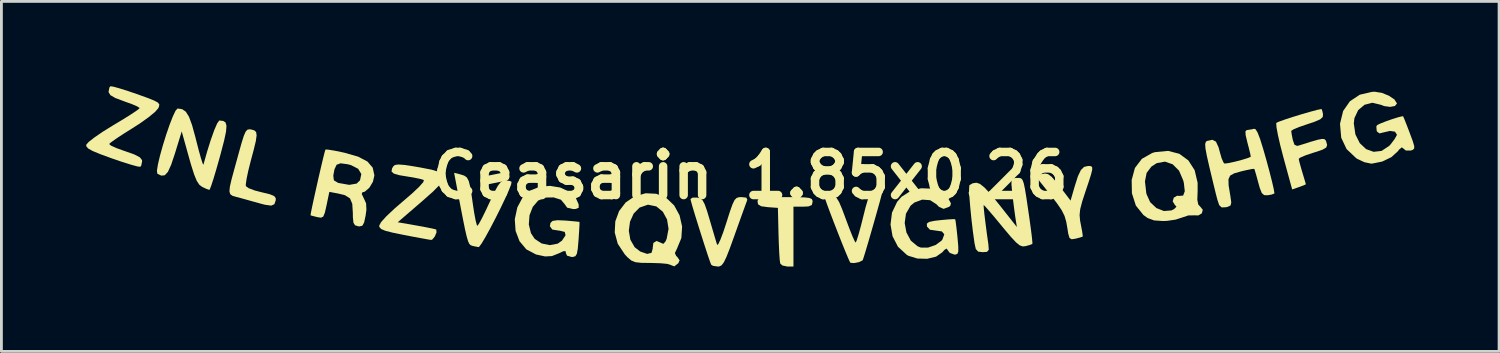
<source format=kicad_pcb>
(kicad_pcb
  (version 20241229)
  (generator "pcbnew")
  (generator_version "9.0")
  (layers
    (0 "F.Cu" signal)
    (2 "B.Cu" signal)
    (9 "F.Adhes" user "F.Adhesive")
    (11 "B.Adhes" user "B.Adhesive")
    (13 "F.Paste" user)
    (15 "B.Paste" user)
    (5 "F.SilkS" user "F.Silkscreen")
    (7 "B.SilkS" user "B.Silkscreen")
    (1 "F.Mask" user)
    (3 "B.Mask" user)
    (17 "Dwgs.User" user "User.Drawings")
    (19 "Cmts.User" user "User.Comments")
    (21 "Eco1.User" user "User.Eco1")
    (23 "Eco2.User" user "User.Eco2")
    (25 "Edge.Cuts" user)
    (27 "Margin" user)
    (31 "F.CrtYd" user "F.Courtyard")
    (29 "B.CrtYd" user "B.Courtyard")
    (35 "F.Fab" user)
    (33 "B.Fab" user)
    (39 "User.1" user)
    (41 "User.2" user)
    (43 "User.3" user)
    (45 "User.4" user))
  (footprint "Ceasarin 1.85x0.26"
    (layer "F.Cu")
    (at 23.48 3.157)
    (property "Reference" "Ceasarin 1.85x0.26" (at 0 0 0) (layer "F.SilkS") (effects (font (size 1.524 1.524) (thickness 0.3))))
    (attr board_only exclude_from_pos_files exclude_from_bom)
    (fp_poly (pts (xy 1.646 0.764) (xy 1.924 0.773) (xy 2.089 0.793) (xy 2.172 0.831) (xy 2.199 0.89) (xy 2.201 0.931) (xy 2.173 1.042) (xy 2.058 1.091) (xy 1.863 1.101) (xy 1.524 1.101) (xy 1.524 3.217) (xy 1.31 3.217) (xy 1.134 3.18) (xy 1.057 3.111) (xy 1.039 2.988) (xy 1.021 2.734) (xy 1.006 2.39) (xy 0.996 2.074) (xy 0.974 1.143) (xy 0.614 1.117) (xy 0.381 1.085) (xy 0.275 1.019) (xy 0.254 0.926) (xy 0.265 0.856) (xy 0.319 0.809) (xy 0.442 0.781) (xy 0.665 0.767) (xy 1.015 0.762) (xy 1.228 0.762)) (stroke (width 0) (type solid)) (fill yes) (layer "F.SilkS"))
    (fp_poly (pts (xy -17.646 -1.628) (xy -17.537 -1.597) (xy -17.474 -1.537) (xy -17.457 -1.42) (xy -17.485 -1.218) (xy -17.561 -0.904) (xy -17.66 -0.534) (xy -17.749 -0.181) (xy -17.812 0.117) (xy -17.84 0.318) (xy -17.837 0.374) (xy -17.738 0.447) (xy -17.522 0.528) (xy -17.275 0.592) (xy -16.989 0.661) (xy -16.835 0.725) (xy -16.78 0.804) (xy -16.781 0.874) (xy -16.829 1.013) (xy -16.941 1.063) (xy -17.157 1.033) (xy -17.272 1.004) (xy -17.53 0.933) (xy -17.855 0.842) (xy -18.021 0.796) (xy -18.192 0.751) (xy -18.315 0.714) (xy -18.39 0.657) (xy -18.418 0.558) (xy -18.402 0.391) (xy -18.342 0.131) (xy -18.24 -0.245) (xy -18.107 -0.728) (xy -17.995 -1.131) (xy -17.912 -1.397) (xy -17.845 -1.552) (xy -17.78 -1.623) (xy -17.703 -1.636)) (stroke (width 0) (type solid)) (fill yes) (layer "F.SilkS"))
    (fp_poly (pts (xy 12.036 -0.334) (xy 12.084 -0.301) (xy 12.088 -0.212) (xy 12.046 -0.039) (xy 11.956 0.245) (xy 11.851 0.556) (xy 11.73 0.927) (xy 11.662 1.191) (xy 11.641 1.396) (xy 11.658 1.592) (xy 11.684 1.727) (xy 11.73 1.967) (xy 11.752 2.126) (xy 11.749 2.159) (xy 11.659 2.19) (xy 11.499 2.232) (xy 11.36 2.253) (xy 11.284 2.206) (xy 11.239 2.053) (xy 11.213 1.884) (xy 11.169 1.633) (xy 11.109 1.428) (xy 11.009 1.227) (xy 10.848 0.99) (xy 10.605 0.674) (xy 10.525 0.574) (xy 10.071 0.004) (xy 10.3 -0.053) (xy 10.422 -0.073) (xy 10.53 -0.048) (xy 10.651 0.044) (xy 10.812 0.224) (xy 11.039 0.515) (xy 11.101 0.595) (xy 11.322 0.886) (xy 11.469 0.379) (xy 11.583 0.022) (xy 11.688 -0.197) (xy 11.802 -0.307) (xy 11.945 -0.339) (xy 11.948 -0.339)) (stroke (width 0) (type solid)) (fill yes) (layer "F.SilkS"))
    (fp_poly (pts (xy -10.254 -0.042) (xy -10.12 0.000355) (xy -10.025 0.067) (xy -9.958 0.19) (xy -9.904 0.401) (xy -9.851 0.731) (xy -9.815 0.985) (xy -9.763 1.327) (xy -9.712 1.595) (xy -9.67 1.752) (xy -9.652 1.778) (xy -9.597 1.706) (xy -9.491 1.511) (xy -9.35 1.225) (xy -9.233 0.974) (xy -9.058 0.602) (xy -8.928 0.362) (xy -8.823 0.228) (xy -8.727 0.174) (xy -8.682 0.169) (xy -8.51 0.19) (xy -8.443 0.221) (xy -8.458 0.313) (xy -8.539 0.521) (xy -8.67 0.813) (xy -8.834 1.156) (xy -9.016 1.519) (xy -9.198 1.868) (xy -9.366 2.174) (xy -9.502 2.402) (xy -9.59 2.52) (xy -9.608 2.53) (xy -9.761 2.501) (xy -9.838 2.483) (xy -9.891 2.461) (xy -9.937 2.415) (xy -9.981 2.32) (xy -10.029 2.157) (xy -10.088 1.903) (xy -10.162 1.537) (xy -10.259 1.037) (xy -10.316 0.735) (xy -10.474 -0.097)) (stroke (width 0) (type solid)) (fill yes) (layer "F.SilkS"))
    (fp_poly (pts (xy -0.145 0.78) (xy -0.108 0.852) (xy -0.126 0.91) (xy -0.175 1.042) (xy -0.268 1.3) (xy -0.393 1.647) (xy -0.537 2.05) (xy -0.568 2.138) (xy -0.727 2.576) (xy -0.845 2.877) (xy -0.937 3.067) (xy -1.015 3.171) (xy -1.094 3.212) (xy -1.148 3.217) (xy -1.317 3.193) (xy -1.383 3.154) (xy -1.426 3.046) (xy -1.505 2.815) (xy -1.609 2.497) (xy -1.727 2.129) (xy -1.847 1.748) (xy -1.958 1.391) (xy -2.047 1.094) (xy -2.103 0.894) (xy -2.117 0.83) (xy -2.045 0.781) (xy -1.888 0.778) (xy -1.776 0.803) (xy -1.691 0.871) (xy -1.615 1.013) (xy -1.528 1.26) (xy -1.437 1.566) (xy -1.335 1.914) (xy -1.248 2.208) (xy -1.189 2.404) (xy -1.174 2.451) (xy -1.134 2.426) (xy -1.058 2.265) (xy -0.956 1.996) (xy -0.848 1.668) (xy -0.723 1.275) (xy -0.631 1.016) (xy -0.556 0.863) (xy -0.481 0.789) (xy -0.389 0.764) (xy -0.315 0.762)) (stroke (width 0) (type solid)) (fill yes) (layer "F.SilkS"))
    (fp_poly (pts (xy 4.656 0.608) (xy 4.634 0.707) (xy 4.575 0.93) (xy 4.488 1.241) (xy 4.385 1.606) (xy 4.275 1.989) (xy 4.169 2.355) (xy 4.076 2.668) (xy 4.007 2.893) (xy 3.971 2.995) (xy 3.97 2.997) (xy 3.838 3.062) (xy 3.666 3.095) (xy 3.542 3.084) (xy 3.528 3.072) (xy 3.472 2.952) (xy 3.372 2.716) (xy 3.243 2.398) (xy 3.099 2.033) (xy 2.953 1.658) (xy 2.819 1.307) (xy 2.711 1.016) (xy 2.642 0.819) (xy 2.625 0.755) (xy 2.696 0.699) (xy 2.852 0.693) (xy 2.96 0.72) (xy 3.049 0.791) (xy 3.138 0.937) (xy 3.244 1.186) (xy 3.378 1.545) (xy 3.506 1.886) (xy 3.615 2.159) (xy 3.693 2.329) (xy 3.722 2.37) (xy 3.76 2.293) (xy 3.825 2.085) (xy 3.909 1.78) (xy 3.979 1.502) (xy 4.076 1.115) (xy 4.151 0.863) (xy 4.217 0.715) (xy 4.291 0.642) (xy 4.387 0.613) (xy 4.424 0.608) (xy 4.592 0.597)) (stroke (width 0) (type solid)) (fill yes) (layer "F.SilkS"))
    (fp_poly (pts (xy -12.239 -0.376) (xy -11.911 -0.327) (xy -11.695 -0.29) (xy -11.277 -0.209) (xy -10.995 -0.125) (xy -10.85 -0.023) (xy -10.84 0.117) (xy -10.965 0.309) (xy -11.224 0.57) (xy -11.618 0.919) (xy -11.653 0.949) (xy -12.468 1.651) (xy -11.801 1.767) (xy -11.486 1.825) (xy -11.243 1.873) (xy -11.115 1.905) (xy -11.105 1.909) (xy -11.096 2.01) (xy -11.157 2.155) (xy -11.246 2.263) (xy -11.288 2.276) (xy -11.409 2.257) (xy -11.656 2.212) (xy -11.989 2.15) (xy -12.255 2.099) (xy -12.651 2.018) (xy -12.908 1.952) (xy -13.053 1.89) (xy -13.115 1.822) (xy -13.123 1.772) (xy -13.057 1.647) (xy -12.869 1.439) (xy -12.573 1.161) (xy -12.284 0.912) (xy -11.951 0.625) (xy -11.706 0.393) (xy -11.565 0.233) (xy -11.542 0.159) (xy -11.543 0.159) (xy -11.681 0.116) (xy -11.918 0.068) (xy -12.055 0.046) (xy -12.403 -0.011) (xy -12.606 -0.069) (xy -12.687 -0.143) (xy -12.669 -0.248) (xy -12.625 -0.326) (xy -12.566 -0.374) (xy -12.447 -0.391)) (stroke (width 0) (type solid)) (fill yes) (layer "F.SilkS"))
    (fp_poly (pts (xy -20.09 -2.347) (xy -19.96 -2.258) (xy -19.849 -2.08) (xy -19.741 -1.789) (xy -19.623 -1.361) (xy -19.596 -1.253) (xy -19.502 -0.888) (xy -19.422 -0.603) (xy -19.364 -0.425) (xy -19.338 -0.382) (xy -19.208 -0.844) (xy -19.078 -1.259) (xy -18.957 -1.599) (xy -18.855 -1.836) (xy -18.782 -1.943) (xy -18.772 -1.946) (xy -18.638 -1.931) (xy -18.555 -1.876) (xy -18.522 -1.757) (xy -18.539 -1.551) (xy -18.606 -1.236) (xy -18.723 -0.787) (xy -18.761 -0.647) (xy -18.878 -0.234) (xy -18.982 0.114) (xy -19.065 0.367) (xy -19.117 0.496) (xy -19.127 0.507) (xy -19.232 0.471) (xy -19.382 0.401) (xy -19.483 0.324) (xy -19.573 0.188) (xy -19.666 -0.038) (xy -19.776 -0.384) (xy -19.846 -0.632) (xy -20.105 -1.56) (xy -20.345 -0.78) (xy -20.478 -0.382) (xy -20.592 -0.132) (xy -20.704 -0.01) (xy -20.83 0.002) (xy -20.966 -0.065) (xy -20.982 -0.166) (xy -20.947 -0.39) (xy -20.874 -0.7) (xy -20.774 -1.06) (xy -20.657 -1.436) (xy -20.536 -1.79) (xy -20.42 -2.088) (xy -20.322 -2.294) (xy -20.251 -2.371) (xy -20.251 -2.371)) (stroke (width 0) (type solid)) (fill yes) (layer "F.SilkS"))
    (fp_poly (pts (xy 20.2 -2.349) (xy 20.229 -2.26) (xy 20.248 -2.164) (xy 20.237 -2.068) (xy 20.145 -1.986) (xy 19.941 -1.898) (xy 19.702 -1.819) (xy 19.419 -1.722) (xy 19.213 -1.638) (xy 19.125 -1.582) (xy 19.124 -1.579) (xy 19.139 -1.463) (xy 19.178 -1.265) (xy 19.237 -1.091) (xy 19.331 -1.048) (xy 19.417 -1.069) (xy 19.806 -1.192) (xy 20.063 -1.266) (xy 20.219 -1.296) (xy 20.304 -1.285) (xy 20.346 -1.238) (xy 20.356 -1.215) (xy 20.393 -1.083) (xy 20.361 -0.991) (xy 20.231 -0.915) (xy 19.973 -0.828) (xy 19.897 -0.804) (xy 19.633 -0.716) (xy 19.449 -0.638) (xy 19.389 -0.593) (xy 19.411 -0.485) (xy 19.47 -0.272) (xy 19.515 -0.119) (xy 19.586 0.118) (xy 19.632 0.275) (xy 19.642 0.309) (xy 19.572 0.343) (xy 19.404 0.405) (xy 19.4 0.407) (xy 19.157 0.491) (xy 18.844 -0.654) (xy 18.736 -1.072) (xy 18.654 -1.43) (xy 18.604 -1.699) (xy 18.593 -1.847) (xy 18.6 -1.864) (xy 18.7 -1.91) (xy 18.915 -1.986) (xy 19.199 -2.078) (xy 19.511 -2.174) (xy 19.808 -2.259) (xy 20.046 -2.323) (xy 20.183 -2.35)) (stroke (width 0) (type solid)) (fill yes) (layer "F.SilkS"))
    (fp_poly (pts (xy 15.168 -0.769) (xy 15.487 -0.535) (xy 15.709 -0.189) (xy 15.814 0.254) (xy 15.814 0.566) (xy 15.803 0.858) (xy 15.837 1.025) (xy 15.902 1.094) (xy 15.996 1.209) (xy 15.965 1.333) (xy 15.841 1.41) (xy 15.713 1.407) (xy 15.49 1.409) (xy 15.27 1.482) (xy 15.04 1.557) (xy 14.735 1.602) (xy 14.59 1.608) (xy 14.275 1.586) (xy 14.046 1.502) (xy 13.897 1.394) (xy 13.63 1.061) (xy 13.491 0.627) (xy 13.483 0.206) (xy 13.952 0.206) (xy 13.998 0.611) (xy 14.007 0.655) (xy 14.137 0.942) (xy 14.356 1.149) (xy 14.621 1.254) (xy 14.888 1.233) (xy 14.986 1.184) (xy 15.066 1.1) (xy 15.004 1.03) (xy 14.932 0.91) (xy 14.973 0.78) (xy 15.09 0.712) (xy 15.155 0.72) (xy 15.302 0.708) (xy 15.36 0.556) (xy 15.328 0.266) (xy 15.307 0.177) (xy 15.158 -0.171) (xy 14.932 -0.398) (xy 14.661 -0.492) (xy 14.371 -0.44) (xy 14.181 -0.318) (xy 14.011 -0.094) (xy 13.952 0.206) (xy 13.483 0.206) (xy 13.482 0.156) (xy 13.597 -0.268) (xy 13.843 -0.591) (xy 14.208 -0.798) (xy 14.31 -0.828) (xy 14.77 -0.872)) (stroke (width 0) (type solid)) (fill yes) (layer "F.SilkS"))
    (fp_poly (pts (xy -22.526 -3.144) (xy -22.302 -3.082) (xy -21.989 -2.983) (xy -21.7 -2.884) (xy -21.321 -2.748) (xy -21.077 -2.651) (xy -20.944 -2.578) (xy -20.896 -2.511) (xy -20.91 -2.434) (xy -20.938 -2.374) (xy -21.05 -2.248) (xy -21.274 -2.064) (xy -21.574 -1.849) (xy -21.844 -1.676) (xy -22.169 -1.472) (xy -22.435 -1.296) (xy -22.613 -1.169) (xy -22.671 -1.116) (xy -22.608 -1.06) (xy -22.421 -0.974) (xy -22.147 -0.875) (xy -22.099 -0.859) (xy -21.775 -0.744) (xy -21.588 -0.646) (xy -21.512 -0.551) (xy -21.505 -0.508) (xy -21.535 -0.356) (xy -21.569 -0.31) (xy -21.669 -0.322) (xy -21.894 -0.383) (xy -22.211 -0.482) (xy -22.576 -0.607) (xy -22.986 -0.757) (xy -23.258 -0.87) (xy -23.414 -0.958) (xy -23.478 -1.033) (xy -23.48 -1.091) (xy -23.395 -1.188) (xy -23.192 -1.347) (xy -22.901 -1.547) (xy -22.55 -1.764) (xy -22.517 -1.784) (xy -22.168 -1.994) (xy -21.88 -2.175) (xy -21.678 -2.311) (xy -21.593 -2.382) (xy -21.592 -2.385) (xy -21.665 -2.438) (xy -21.858 -2.523) (xy -22.131 -2.621) (xy -22.14 -2.625) (xy -22.454 -2.742) (xy -22.628 -2.844) (xy -22.689 -2.946) (xy -22.691 -2.965) (xy -22.661 -3.114) (xy -22.627 -3.157)) (stroke (width 0) (type solid)) (fill yes) (layer "F.SilkS"))
    (fp_poly (pts (xy -3.328 0.644) (xy -2.974 0.789) (xy -2.694 1.056) (xy -2.503 1.406) (xy -2.413 1.803) (xy -2.439 2.209) (xy -2.596 2.588) (xy -2.598 2.592) (xy -2.669 2.741) (xy -2.622 2.843) (xy -2.583 2.878) (xy -2.501 2.997) (xy -2.549 3.102) (xy -2.691 3.211) (xy -2.822 3.161) (xy -2.829 3.154) (xy -2.939 3.123) (xy -3.172 3.101) (xy -3.479 3.091) (xy -3.527 3.09) (xy -3.855 3.086) (xy -4.065 3.063) (xy -4.211 3.003) (xy -4.344 2.889) (xy -4.439 2.787) (xy -4.688 2.412) (xy -4.795 2.014) (xy -4.792 1.953) (xy -4.297 1.953) (xy -4.243 2.267) (xy -4.089 2.535) (xy -3.893 2.686) (xy -3.649 2.77) (xy -3.496 2.734) (xy -3.452 2.586) (xy -3.454 2.567) (xy -3.429 2.382) (xy -3.316 2.313) (xy -3.173 2.373) (xy -3.076 2.416) (xy -3 2.33) (xy -2.958 2.232) (xy -2.892 1.884) (xy -2.945 1.554) (xy -3.095 1.278) (xy -3.324 1.091) (xy -3.609 1.032) (xy -3.63 1.033) (xy -3.916 1.132) (xy -4.126 1.345) (xy -4.255 1.632) (xy -4.297 1.953) (xy -4.792 1.953) (xy -4.775 1.62) (xy -4.641 1.256) (xy -4.408 0.951) (xy -4.089 0.732) (xy -3.7 0.626)) (stroke (width 0) (type solid)) (fill yes) (layer "F.SilkS"))
    (fp_poly (pts (xy 9.51 0.085) (xy 9.574 0.1) (xy 9.623 0.155) (xy 9.666 0.272) (xy 9.709 0.474) (xy 9.76 0.785) (xy 9.825 1.228) (xy 9.867 1.515) (xy 9.917 1.879) (xy 9.954 2.174) (xy 9.972 2.365) (xy 9.971 2.418) (xy 9.881 2.454) (xy 9.733 2.495) (xy 9.63 2.506) (xy 9.524 2.468) (xy 9.392 2.361) (xy 9.21 2.166) (xy 8.953 1.861) (xy 8.891 1.785) (xy 8.645 1.488) (xy 8.441 1.248) (xy 8.302 1.09) (xy 8.248 1.04) (xy 8.251 1.128) (xy 8.273 1.349) (xy 8.312 1.666) (xy 8.361 2.046) (xy 8.416 2.434) (xy 8.43 2.622) (xy 8.369 2.697) (xy 8.215 2.709) (xy 8.052 2.689) (xy 7.97 2.594) (xy 7.926 2.392) (xy 7.865 1.952) (xy 7.813 1.507) (xy 7.772 1.089) (xy 7.744 0.733) (xy 7.734 0.473) (xy 7.744 0.344) (xy 7.746 0.34) (xy 7.864 0.272) (xy 7.994 0.254) (xy 8.117 0.294) (xy 8.28 0.425) (xy 8.502 0.664) (xy 8.799 1.028) (xy 8.806 1.037) (xy 9.423 1.82) (xy 9.366 1.455) (xy 9.325 1.156) (xy 9.28 0.793) (xy 9.257 0.587) (xy 9.231 0.309) (xy 9.237 0.158) (xy 9.287 0.097) (xy 9.395 0.085) (xy 9.424 0.085)) (stroke (width 0) (type solid)) (fill yes) (layer "F.SilkS"))
    (fp_poly (pts (xy -6.724 0.423) (xy -6.403 0.572) (xy -6.166 0.806) (xy -6.071 1.018) (xy -6.069 1.139) (xy -6.179 1.182) (xy -6.268 1.185) (xy -6.478 1.135) (xy -6.562 1.016) (xy -6.697 0.854) (xy -6.955 0.773) (xy -7.242 0.777) (xy -7.501 0.883) (xy -7.693 1.107) (xy -7.808 1.403) (xy -7.833 1.728) (xy -7.757 2.039) (xy -7.626 2.237) (xy -7.38 2.401) (xy -7.089 2.46) (xy -6.814 2.409) (xy -6.659 2.3) (xy -6.534 2.112) (xy -6.562 1.993) (xy -6.742 1.948) (xy -6.768 1.947) (xy -7.003 1.909) (xy -7.088 1.792) (xy -7.066 1.673) (xy -6.992 1.604) (xy -6.818 1.579) (xy -6.537 1.591) (xy -6.274 1.614) (xy -6.094 1.632) (xy -6.041 1.64) (xy -6.041 1.723) (xy -6.052 1.932) (xy -6.071 2.224) (xy -6.074 2.265) (xy -6.101 2.582) (xy -6.134 2.765) (xy -6.187 2.852) (xy -6.275 2.878) (xy -6.319 2.879) (xy -6.482 2.832) (xy -6.519 2.749) (xy -6.536 2.67) (xy -6.617 2.677) (xy -6.769 2.749) (xy -7.015 2.847) (xy -7.257 2.86) (xy -7.57 2.792) (xy -7.582 2.788) (xy -7.92 2.61) (xy -8.162 2.321) (xy -8.301 1.955) (xy -8.329 1.545) (xy -8.239 1.126) (xy -8.052 0.775) (xy -7.793 0.535) (xy -7.458 0.4) (xy -7.089 0.364)) (stroke (width 0) (type solid)) (fill yes) (layer "F.SilkS"))
    (fp_poly (pts (xy 6.417 0.464) (xy 6.753 0.588) (xy 7.001 0.817) (xy 7.006 0.825) (xy 7.091 0.981) (xy 7.07 1.069) (xy 7.021 1.107) (xy 6.833 1.178) (xy 6.671 1.108) (xy 6.581 1.016) (xy 6.357 0.871) (xy 6.078 0.851) (xy 5.801 0.954) (xy 5.666 1.065) (xy 5.502 1.347) (xy 5.457 1.678) (xy 5.518 2.012) (xy 5.675 2.303) (xy 5.916 2.503) (xy 6.032 2.548) (xy 6.284 2.547) (xy 6.557 2.452) (xy 6.765 2.296) (xy 6.791 2.26) (xy 6.857 2.079) (xy 6.773 1.976) (xy 6.572 1.947) (xy 6.35 1.916) (xy 6.249 1.808) (xy 6.244 1.789) (xy 6.241 1.699) (xy 6.316 1.642) (xy 6.501 1.602) (xy 6.713 1.577) (xy 6.985 1.552) (xy 7.178 1.541) (xy 7.243 1.545) (xy 7.26 1.633) (xy 7.287 1.846) (xy 7.319 2.141) (xy 7.323 2.18) (xy 7.351 2.496) (xy 7.353 2.68) (xy 7.322 2.767) (xy 7.253 2.793) (xy 7.214 2.794) (xy 7.051 2.734) (xy 6.993 2.658) (xy 6.941 2.581) (xy 6.861 2.628) (xy 6.788 2.712) (xy 6.566 2.867) (xy 6.251 2.943) (xy 5.906 2.934) (xy 5.589 2.837) (xy 5.529 2.802) (xy 5.219 2.516) (xy 5.027 2.145) (xy 4.956 1.73) (xy 5.008 1.311) (xy 5.189 0.931) (xy 5.345 0.751) (xy 5.668 0.544) (xy 6.041 0.449)) (stroke (width 0) (type solid)) (fill yes) (layer "F.SilkS"))
    (fp_poly (pts (xy -14.933 -0.917) (xy -14.72 -0.883) (xy -14.426 -0.823) (xy -14.343 -0.805) (xy -13.864 -0.667) (xy -13.538 -0.495) (xy -13.352 -0.278) (xy -13.293 -0.007) (xy -13.293 -0.004) (xy -13.345 0.221) (xy -13.473 0.433) (xy -13.633 0.57) (xy -13.718 0.593) (xy -13.74 0.652) (xy -13.672 0.795) (xy -13.669 0.8) (xy -13.586 0.983) (xy -13.575 1.208) (xy -13.603 1.414) (xy -13.655 1.658) (xy -13.718 1.773) (xy -13.819 1.798) (xy -13.864 1.793) (xy -13.976 1.759) (xy -14.033 1.668) (xy -14.053 1.475) (xy -14.055 1.317) (xy -14.075 0.999) (xy -14.156 0.807) (xy -14.331 0.696) (xy -14.576 0.635) (xy -14.886 0.577) (xy -14.984 1.05) (xy -15.045 1.316) (xy -15.101 1.451) (xy -15.182 1.49) (xy -15.31 1.47) (xy -15.48 1.427) (xy -15.55 1.406) (xy -15.539 1.325) (xy -15.497 1.116) (xy -15.432 0.814) (xy -15.352 0.455) (xy -15.267 0.076) (xy -15.25 0.004) (xy -14.746 0.004) (xy -14.725 0.169) (xy -14.576 0.258) (xy -14.563 0.262) (xy -14.183 0.329) (xy -13.921 0.284) (xy -13.801 0.169) (xy -13.755 -0.054) (xy -13.866 -0.239) (xy -14.122 -0.37) (xy -14.246 -0.401) (xy -14.488 -0.433) (xy -14.628 -0.383) (xy -14.705 -0.22) (xy -14.746 0.004) (xy -15.25 0.004) (xy -15.183 -0.287) (xy -15.109 -0.597) (xy -15.053 -0.82) (xy -15.024 -0.918) (xy -15.023 -0.92)) (stroke (width 0) (type solid)) (fill yes) (layer "F.SilkS"))
    (fp_poly (pts (xy 17.864 -1.636) (xy 17.934 -1.522) (xy 18.022 -1.295) (xy 18.134 -0.935) (xy 18.244 -0.551) (xy 18.356 -0.136) (xy 18.446 0.218) (xy 18.506 0.481) (xy 18.529 0.622) (xy 18.526 0.636) (xy 18.423 0.674) (xy 18.286 0.697) (xy 18.165 0.691) (xy 18.082 0.617) (xy 18.011 0.437) (xy 17.96 0.254) (xy 17.89 -0.003) (xy 17.837 -0.183) (xy 17.818 -0.237) (xy 17.734 -0.232) (xy 17.535 -0.191) (xy 17.346 -0.146) (xy 17.105 -0.077) (xy 16.963 0.003) (xy 16.904 0.132) (xy 16.91 0.349) (xy 16.966 0.69) (xy 16.973 0.729) (xy 17.004 0.951) (xy 16.978 1.059) (xy 16.873 1.108) (xy 16.815 1.12) (xy 16.664 1.127) (xy 16.577 1.046) (xy 16.513 0.856) (xy 16.458 0.643) (xy 16.378 0.316) (xy 16.285 -0.07) (xy 16.227 -0.313) (xy 16.138 -0.706) (xy 16.09 -0.965) (xy 16.081 -1.119) (xy 16.109 -1.198) (xy 16.147 -1.223) (xy 16.336 -1.265) (xy 16.462 -1.199) (xy 16.554 -0.999) (xy 16.595 -0.847) (xy 16.664 -0.607) (xy 16.733 -0.454) (xy 16.766 -0.423) (xy 16.917 -0.443) (xy 17.141 -0.492) (xy 17.381 -0.555) (xy 17.583 -0.617) (xy 17.689 -0.663) (xy 17.694 -0.671) (xy 17.674 -0.774) (xy 17.622 -0.986) (xy 17.575 -1.164) (xy 17.513 -1.425) (xy 17.504 -1.56) (xy 17.547 -1.607) (xy 17.569 -1.609) (xy 17.751 -1.638) (xy 17.803 -1.655)) (stroke (width 0) (type solid)) (fill yes) (layer "F.SilkS"))
    (fp_poly (pts (xy 22.33 -2.923) (xy 22.578 -2.822) (xy 22.773 -2.69) (xy 22.859 -2.555) (xy 22.86 -2.544) (xy 22.789 -2.459) (xy 22.618 -2.428) (xy 22.406 -2.457) (xy 22.285 -2.504) (xy 21.991 -2.574) (xy 21.714 -2.502) (xy 21.491 -2.313) (xy 21.358 -2.031) (xy 21.336 -1.844) (xy 21.393 -1.453) (xy 21.548 -1.145) (xy 21.771 -0.935) (xy 22.037 -0.839) (xy 22.318 -0.871) (xy 22.586 -1.047) (xy 22.641 -1.107) (xy 22.78 -1.291) (xy 22.856 -1.427) (xy 22.86 -1.448) (xy 22.791 -1.552) (xy 22.615 -1.578) (xy 22.416 -1.532) (xy 22.245 -1.491) (xy 22.159 -1.553) (xy 22.145 -1.585) (xy 22.133 -1.733) (xy 22.159 -1.781) (xy 22.266 -1.836) (xy 22.465 -1.915) (xy 22.7 -1.997) (xy 22.916 -2.064) (xy 23.056 -2.097) (xy 23.079 -2.095) (xy 23.117 -2.012) (xy 23.197 -1.811) (xy 23.303 -1.535) (xy 23.313 -1.507) (xy 23.422 -1.213) (xy 23.473 -1.039) (xy 23.469 -0.949) (xy 23.413 -0.905) (xy 23.352 -0.884) (xy 23.172 -0.886) (xy 23.106 -0.943) (xy 23.033 -0.997) (xy 22.936 -0.916) (xy 22.894 -0.859) (xy 22.664 -0.65) (xy 22.337 -0.494) (xy 21.987 -0.424) (xy 21.944 -0.423) (xy 21.711 -0.472) (xy 21.458 -0.59) (xy 21.421 -0.614) (xy 21.081 -0.936) (xy 20.891 -1.338) (xy 20.849 -1.819) (xy 20.851 -1.842) (xy 20.959 -2.282) (xy 21.199 -2.627) (xy 21.549 -2.859) (xy 21.989 -2.961) (xy 22.082 -2.963)) (stroke (width 0) (type solid)) (fill yes) (layer "F.SilkS")))
  (gr_rect
    (start -3 -3)
    (end 49.953 9.374)
    (stroke (width 0.1) (type default))
    (fill no)
    (layer "Edge.Cuts")))
</source>
